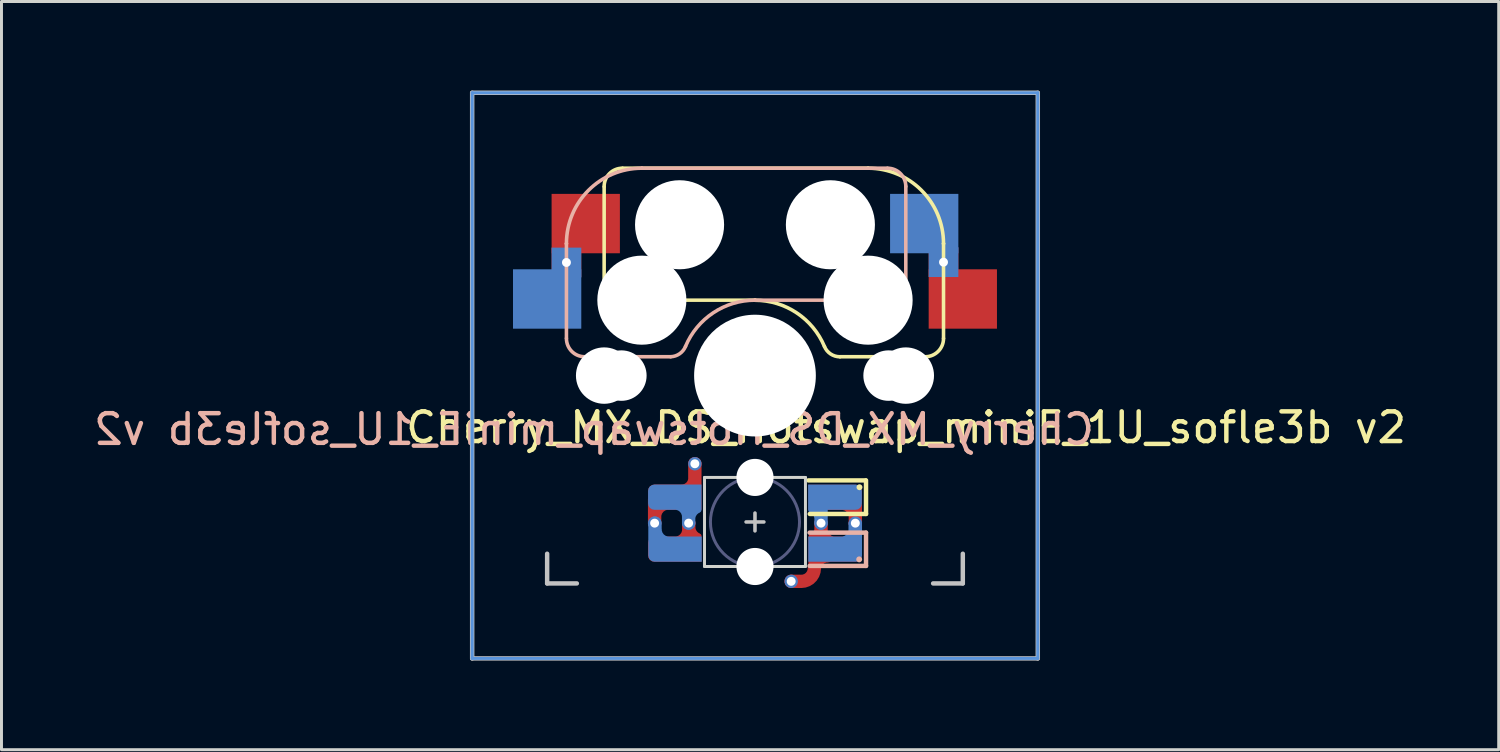
<source format=kicad_pcb>
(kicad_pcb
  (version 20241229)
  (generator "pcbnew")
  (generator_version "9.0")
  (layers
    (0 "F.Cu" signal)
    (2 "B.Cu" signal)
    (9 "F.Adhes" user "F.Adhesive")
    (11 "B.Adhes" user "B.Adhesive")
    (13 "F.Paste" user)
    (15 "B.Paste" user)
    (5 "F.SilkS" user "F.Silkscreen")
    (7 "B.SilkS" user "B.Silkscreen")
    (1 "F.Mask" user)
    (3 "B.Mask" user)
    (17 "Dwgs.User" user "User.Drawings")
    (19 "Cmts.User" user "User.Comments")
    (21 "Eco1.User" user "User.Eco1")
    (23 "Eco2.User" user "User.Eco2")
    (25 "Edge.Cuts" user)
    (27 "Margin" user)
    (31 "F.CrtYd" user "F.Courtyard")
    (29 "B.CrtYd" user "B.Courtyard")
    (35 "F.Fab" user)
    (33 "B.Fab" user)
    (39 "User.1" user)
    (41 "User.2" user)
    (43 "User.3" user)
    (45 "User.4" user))
  (footprint "Cherry_MX_DS_Hotswap_miniE_1U_sofle3b v2"
    (layer "F.Cu")
    (at 22.378 9.6)
    (property "Reference" "Cherry_MX_DS_Hotswap_miniE_1U_sofle3b v2" (at -5.42 1.81 0) (layer "B.SilkS") (effects (font (size 1 1) (thickness 0.15)) (justify mirror)))
    (attr through_hole)
    (fp_line (start -5.08 -6.36) (end -5.08 -2.54) (stroke (width 0.12) (type solid)) (layer "F.SilkS"))
    (fp_line (start -5.08 -2.54) (end -5.08 -2.54) (stroke (width 0.12) (type solid)) (layer "F.SilkS"))
    (fp_line (start -5.08 -2.54) (end -5.08 -2.54) (stroke (width 0.12) (type solid)) (layer "F.SilkS"))
    (fp_line (start -4.46 -6.985) (end 3.81 -6.985) (stroke (width 0.12) (type solid)) (layer "F.SilkS"))
    (fp_line (start 0 -2.54) (end -5.08 -2.54) (stroke (width 0.12) (type solid)) (layer "F.SilkS"))
    (fp_line (start 0 -2.54) (end 0 -2.54) (stroke (width 0.12) (type solid)) (layer "F.SilkS"))
    (fp_line (start 1.8 3.53) (end 3.724 3.53) (stroke (width 0.15) (type solid)) (layer "F.SilkS"))
    (fp_line (start 2.86 -0.635) (end 5.72 -0.635) (stroke (width 0.12) (type solid)) (layer "F.SilkS"))
    (fp_line (start 3.74 3.53) (end 3.74 4.66) (stroke (width 0.15) (type solid)) (layer "F.SilkS"))
    (fp_line (start 3.74 4.66) (end 1.846 4.66) (stroke (width 0.15) (type solid)) (layer "F.SilkS"))
    (fp_line (start 3.81 -6.985) (end 3.81 -6.985) (stroke (width 0.12) (type solid)) (layer "F.SilkS"))
    (fp_line (start 6.35 -4.445) (end 6.35 -4.445) (stroke (width 0.12) (type solid)) (layer "F.SilkS"))
    (fp_line (start 6.35 -1.25) (end 6.35 -4.445) (stroke (width 0.12) (type solid)) (layer "F.SilkS"))
    (fp_arc (start -5.08 -6.37) (mid -4.899871 -6.804871) (end -4.465 -6.985) (stroke (width 0.12) (type default)) (layer "F.SilkS"))
    (fp_arc (start 0 -2.536928) (mid 1.405313 -2.11213) (end 2.34 -0.98) (stroke (width 0.12) (type solid)) (layer "F.SilkS"))
    (fp_arc (start 2.859999 -0.633863) (mid 2.547381 -0.727883) (end 2.34 -0.98) (stroke (width 0.12) (type default)) (layer "F.SilkS"))
    (fp_arc (start 3.81 -6.985) (mid 5.606051 -6.241051) (end 6.35 -4.445) (stroke (width 0.12) (type solid)) (layer "F.SilkS"))
    (fp_arc (start 6.350129 -1.25) (mid 6.169985 -0.815144) (end 5.735129 -0.635) (stroke (width 0.12) (type default)) (layer "F.SilkS"))
    (fp_circle (center 3.52 3.76) (end 3.62 3.76) (stroke (width 0) (type solid)) (fill yes) (layer "F.SilkS"))
    (fp_line (start -6.35 -4.445) (end -6.35 -4.445) (stroke (width 0.12) (type solid)) (layer "B.SilkS"))
    (fp_line (start -6.35 -4.445) (end -6.35 -1.26) (stroke (width 0.12) (type solid)) (layer "B.SilkS"))
    (fp_line (start -5.73 -0.635) (end -2.84 -0.635) (stroke (width 0.12) (type solid)) (layer "B.SilkS"))
    (fp_line (start -3.81 -6.985) (end -3.81 -6.985) (stroke (width 0.12) (type solid)) (layer "B.SilkS"))
    (fp_line (start -3.81 -6.985) (end 4.46 -6.985) (stroke (width 0.12) (type solid)) (layer "B.SilkS"))
    (fp_line (start 0 -2.54) (end 0 -2.54) (stroke (width 0.12) (type solid)) (layer "B.SilkS"))
    (fp_line (start 0 -2.54) (end 5.08 -2.54) (stroke (width 0.12) (type solid)) (layer "B.SilkS"))
    (fp_line (start 3.74 5.29) (end 1.84 5.29) (stroke (width 0.15) (type solid)) (layer "B.SilkS"))
    (fp_line (start 3.74 5.29) (end 3.74 6.41) (stroke (width 0.15) (type solid)) (layer "B.SilkS"))
    (fp_line (start 3.74 6.41) (end 1.84 6.41) (stroke (width 0.15) (type solid)) (layer "B.SilkS"))
    (fp_line (start 5.08 -6.37) (end 5.08 -2.54) (stroke (width 0.12) (type solid)) (layer "B.SilkS"))
    (fp_line (start 5.08 -2.54) (end 5.08 -2.54) (stroke (width 0.12) (type solid)) (layer "B.SilkS"))
    (fp_line (start 5.08 -2.54) (end 5.08 -2.54) (stroke (width 0.12) (type solid)) (layer "B.SilkS"))
    (fp_arc (start -6.35 -4.445) (mid -5.606051 -6.241051) (end -3.81 -6.985) (stroke (width 0.12) (type solid)) (layer "B.SilkS"))
    (fp_arc (start -5.735 -0.635) (mid -6.169871 -0.815129) (end -6.35 -1.25) (stroke (width 0.12) (type default)) (layer "B.SilkS"))
    (fp_arc (start -2.34 -0.983072) (mid -1.405313 -2.115202) (end 0 -2.54) (stroke (width 0.12) (type solid)) (layer "B.SilkS"))
    (fp_arc (start -2.34 -0.980845) (mid -2.539137 -0.734326) (end -2.840072 -0.635) (stroke (width 0.12) (type default)) (layer "B.SilkS"))
    (fp_arc (start 4.465129 -6.985) (mid 4.899999 -6.80487) (end 5.080129 -6.37) (stroke (width 0.12) (type default)) (layer "B.SilkS"))
    (fp_circle (center 3.51 6.19) (end 3.41 6.19) (stroke (width 0) (type solid)) (fill yes) (layer "B.SilkS"))
    (fp_line (start -9.525 -9.525) (end 9.525 -9.525) (stroke (width 0.15) (type solid)) (layer "Dwgs.User"))
    (fp_line (start -9.525 9.525) (end -9.525 -9.525) (stroke (width 0.15) (type solid)) (layer "Dwgs.User"))
    (fp_line (start -7 6) (end -7 7) (stroke (width 0.15) (type solid)) (layer "Dwgs.User"))
    (fp_line (start -7 7) (end -6 7) (stroke (width 0.15) (type solid)) (layer "Dwgs.User"))
    (fp_line (start -0.3 4.93) (end 0.3 4.93) (stroke (width 0.12) (type solid)) (layer "Dwgs.User"))
    (fp_line (start 0 4.63) (end 0 5.23) (stroke (width 0.12) (type solid)) (layer "Dwgs.User"))
    (fp_line (start 6 7) (end 7 7) (stroke (width 0.15) (type solid)) (layer "Dwgs.User"))
    (fp_line (start 7 7) (end 7 6) (stroke (width 0.15) (type solid)) (layer "Dwgs.User"))
    (fp_line (start 9.525 -9.525) (end 9.525 9.525) (stroke (width 0.15) (type solid)) (layer "Dwgs.User"))
    (fp_line (start 9.525 9.525) (end -9.525 9.525) (stroke (width 0.15) (type solid)) (layer "Dwgs.User"))
    (fp_line (start -9.525 -9.525) (end -9.525 9.525) (stroke (width 0.1) (type solid)) (layer "Cmts.User"))
    (fp_line (start 9.525 -9.525) (end -9.525 -9.525) (stroke (width 0.1) (type solid)) (layer "Cmts.User"))
    (fp_line (start 9.525 -9.525) (end 9.525 9.525) (stroke (width 0.1) (type solid)) (layer "Cmts.User"))
    (fp_line (start 9.525 9.525) (end -9.525 9.525) (stroke (width 0.1) (type solid)) (layer "Cmts.User"))
    (fp_line (start -1.7 6.43) (end -1.7 3.43) (stroke (width 0.1) (type solid)) (layer "Edge.Cuts"))
    (fp_line (start 1.7 3.43) (end -1.7 3.43) (stroke (width 0.1) (type solid)) (layer "Edge.Cuts"))
    (fp_line (start 1.7 3.43) (end 1.7 6.43) (stroke (width 0.1) (type solid)) (layer "Edge.Cuts"))
    (fp_line (start 1.7 6.43) (end -1.7 6.43) (stroke (width 0.1) (type solid)) (layer "Edge.Cuts"))
    (fp_circle (center 0 4.93) (end 0 6.43) (stroke (width 0.1) (type solid)) (fill no) (layer "B.Fab"))
    (fp_rect (start 7 -7) (end -7 7) (stroke (width 0.12) (type default)) (fill no) (layer "User.4"))
    (fp_text user "${REFERENCE}" (at 5.09 1.75 0) (layer "F.SilkS") (effects (font (size 1 1) (thickness 0.15))))
    (pad "" np_thru_hole circle (at -5.08 0) (size 1.9 1.9) (drill 1.9) (layers "*.Cu" "*.Mask"))
    (pad "" np_thru_hole circle (at -4.5 0) (size 1.7 1.7) (drill 1.7) (layers "*.Cu" "*.Mask"))
    (pad "" np_thru_hole circle (at -3.81 -2.54 180) (size 3 3) (drill 3) (layers "*.Cu" "*.Mask"))
    (pad "" smd roundrect (at -2.69 5.845 180) (size 1.82 0.85) (layers "F.Mask") (roundrect_rratio 0.25) (chamfer_ratio 0) (chamfer top_left bottom_left))
    (pad "" smd roundrect (at -2.69 4.095) (size 1.82 0.85) (layers "B.Mask") (roundrect_rratio 0.25) (chamfer_ratio 0) (chamfer top_right bottom_right))
    (pad "" smd roundrect (at -2.69 4.095 180) (size 1.82 0.84) (layers "F.Mask") (roundrect_rratio 0.25) (chamfer_ratio 0) (chamfer top_left bottom_left))
    (pad "" smd roundrect (at -2.685 5.855) (size 1.83 0.85) (layers "B.Mask") (roundrect_rratio 0.25) (chamfer_ratio 0) (chamfer top_right bottom_right))
    (pad "" np_thru_hole circle (at -2.54 -5.08 180) (size 3 3) (drill 3) (layers "*.Cu" "*.Mask"))
    (pad "" np_thru_hole circle (at 0 0 90) (size 4.1 4.1) (drill 4.1) (layers "*.Cu" "*.Mask"))
    (pad "" np_thru_hole circle (at 0 3.43) (size 1.25 1.25) (drill 1.25) (layers "*.Cu" "*.Mask"))
    (pad "" np_thru_hole circle (at 0 6.43) (size 1.25 1.25) (drill 1.25) (layers "*.Cu" "*.Mask"))
    (pad "" smd rect (at 2.47 5.85 180) (size 1.38 0.84) (layers "B.Mask"))
    (pad "" smd rect (at 2.47 4.09) (size 1.38 0.84) (layers "F.Mask"))
    (pad "" np_thru_hole circle (at 2.54 -5.08 180) (size 3 3) (drill 3) (layers "*.Cu" "*.Mask"))
    (pad "" smd roundrect (at 2.685 4.095 180) (size 1.83 0.85) (layers "B.Mask") (roundrect_rratio 0.25) (chamfer_ratio 0) (chamfer top_right bottom_right))
    (pad "" smd roundrect (at 2.69 5.84) (size 1.82 0.84) (layers "F.Mask") (roundrect_rratio 0.25) (chamfer_ratio 0) (chamfer top_left bottom_left))
    (pad "" smd roundrect (at 2.855 5.85 180) (size 1.49 0.84) (layers "B.Mask") (roundrect_rratio 0.25) (chamfer_ratio 0.5) (chamfer top_left))
    (pad "" smd roundrect (at 2.855 4.09) (size 1.49 0.84) (layers "F.Mask") (roundrect_rratio 0.25) (chamfer_ratio 0.5) (chamfer top_right))
    (pad "" np_thru_hole circle (at 3.81 -2.54 180) (size 3 3) (drill 3) (layers "*.Cu" "*.Mask"))
    (pad "" np_thru_hole circle (at 4.5 0) (size 1.7 1.7) (drill 1.7) (layers "*.Cu" "*.Mask"))
    (pad "" np_thru_hole circle (at 5.08 0) (size 1.9 1.9) (drill 1.9) (layers "*.Cu" "*.Mask"))
    (pad "1" smd custom (at -2.7 4.095 180) (size 0.85 0.85) (layers "B.Cu") (options (anchor circle)) (primitives (gr_arc (start 0 -0.225) (mid -0.311126 -0.353874) (end -0.44 -0.665) (width 0.4)) (gr_arc (start -0.588284 -0.744999) (mid -0.645593 -0.555573) (end -0.798298 -0.429684) (width 0.2)) (gr_line (start -0.466 -0.184) (end -0.466 -0.874) (width 0.45)) (gr_poly (pts (xy 0.9 -0.212) (xy 0.884 -0.294) (xy 0.838 -0.363) (xy 0.769 -0.409) (xy 0.688 -0.425) (xy -0.9 -0.425) (xy -0.9 0.425) (xy 0.688 0.425) (xy 0.769 0.409) (xy 0.838 0.363) (xy 0.884 0.294) (xy 0.9 0.212)) (width 0) (fill yes))))
    (pad "1" smd custom (at -2.7 5.845 180) (size 0.85 0.85) (layers "F.Cu") (options (anchor circle)) (primitives (gr_poly (pts (xy 0.9 -0.212) (xy 0.884 -0.294) (xy 0.838 -0.363) (xy 0.769 -0.409) (xy 0.688 -0.425) (xy -0.9 -0.425) (xy -0.9 0.425) (xy 0.688 0.425) (xy 0.769 0.409) (xy 0.838 0.363) (xy 0.884 0.294) (xy 0.9 0.212)) (width 0) (fill yes)) (gr_arc (start -0.445 0.665) (mid -0.316126 0.353874) (end -0.005 0.225) (width 0.4)) (gr_arc (start -0.802705 0.435002) (mid -0.650002 0.56089) (end -0.592691 0.750315) (width 0.2)) (gr_line (start -0.47 0.275) (end -0.47 0.875) (width 0.45))))
    (pad "1" thru_hole circle (at -2.234 4.969) (size 0.45 0.45) (drill 0.3) (layers "*.Cu"))
    (pad "2" thru_hole circle (at -3.38 4.97) (size 0.45 0.45) (drill 0.3) (layers "*.Cu"))
    (pad "2" smd custom (at -2.7 4.095) (size 0.85 0.85) (layers "F.Cu") (options (anchor circle)) (primitives (gr_poly (pts (xy 0.9 -0.425) (xy -0.688 -0.425) (xy -0.769 -0.409) (xy -0.838 -0.363) (xy -0.884 -0.294) (xy -0.9 -0.212) (xy -0.9 0.212) (xy -0.884 0.294) (xy -0.838 0.363) (xy -0.769 0.409) (xy -0.688 0.425) (xy 0.9 0.425)) (width 0) (fill yes)) (gr_line (start 0.675 -0.225) (end 0.675 -1.125) (width 0.45)) (gr_arc (start 0.675 -0.645) (mid 0.546126 -0.333874) (end 0.235 -0.205) (width 0.45)) (gr_line (start -0.68 0.075) (end -0.68 0.875) (width 0.45)) (gr_arc (start -0.655 0.665) (mid -0.526126 0.353874) (end -0.215 0.225) (width 0.4))))
    (pad "2" smd custom (at -2.693 5.845) (size 0.85 0.85) (layers "B.Cu") (options (anchor circle)) (primitives (gr_arc (start -0.205874 -0.226126) (mid -0.517 -0.355) (end -0.645874 -0.666126) (width 0.4)) (gr_line (start -0.675 -0.135) (end -0.675 -0.875) (width 0.45)) (gr_poly (pts (xy 0.9 -0.425) (xy -0.9 -0.425) (xy -0.9 0.212) (xy -0.884 0.294) (xy -0.838 0.363) (xy -0.769 0.409) (xy -0.688 0.425) (xy 0.9 0.425)) (width 0) (fill yes))))
    (pad "2" thru_hole circle (at -2.025 2.97) (size 0.45 0.45) (drill 0.3) (layers "*.Cu"))
    (pad "3" smd custom (at 2.7 4.1) (size 0.85 0.85) (layers "F.Cu") (options (anchor circle)) (primitives (gr_arc (start 0.215 0.225) (mid 0.526126 0.353874) (end 0.655 0.665) (width 0.4)) (gr_line (start 0.68 0.875) (end 0.68 0.275) (width 0.45)) (gr_poly (pts (xy -0.9 -0.425) (xy 0.688 -0.425) (xy 0.769 -0.409) (xy 0.838 -0.363) (xy 0.884 -0.294) (xy 0.9 -0.212) (xy 0.9 0.212) (xy 0.884 0.294) (xy 0.838 0.363) (xy 0.769 0.409) (xy 0.688 0.425) (xy -0.9 0.425)) (width 0) (fill yes))))
    (pad "3" smd custom (at 2.705 5.845) (size 0.85 0.85) (layers "B.Cu") (options (anchor circle)) (primitives (gr_arc (start 0.645 -0.665) (mid 0.516126 -0.353874) (end 0.205 -0.225) (width 0.4)) (gr_poly (pts (xy 0.494 -0.354) (xy 0.85 -0.354) (xy 0.85 -0.887) (xy 0.494 -0.887)) (width 0.1) (fill yes)) (gr_poly (pts (xy 0.9 -0.425) (xy -0.91 -0.425) (xy -0.91 0.425) (xy 0.688 0.425) (xy 0.769 0.409) (xy 0.838 0.363) (xy 0.884 0.294) (xy 0.9 0.212)) (width 0) (fill yes))))
    (pad "3" thru_hole circle (at 3.38 4.97) (size 0.45 0.45) (drill 0.3) (layers "*.Cu"))
    (pad "4" thru_hole circle (at 1.22 6.93 180) (size 0.45 0.45) (drill 0.3) (layers "*.Cu"))
    (pad "4" thru_hole circle (at 2.225 4.97) (size 0.45 0.45) (drill 0.3) (layers "*.Cu"))
    (pad "4" smd custom (at 2.7 4.095 180) (size 0.85 0.85) (layers "B.Cu") (options (anchor circle)) (primitives (gr_line (start 0.475 -0.235) (end 0.475 -0.875) (width 0.45)) (gr_arc (start 0.81 -0.425001) (mid 0.657302 -0.550891) (end 0.600001 -0.740315) (width 0.2)) (gr_poly (pts (xy 0.91 -0.425) (xy -0.688 -0.425) (xy -0.769 -0.409) (xy -0.838 -0.363) (xy -0.884 -0.294) (xy -0.9 -0.212) (xy -0.9 0.212) (xy -0.884 0.294) (xy -0.838 0.363) (xy -0.769 0.409) (xy -0.688 0.425) (xy 0.91 0.425)) (width 0) (fill yes))))
    (pad "4" smd custom (at 2.7 5.845 180) (size 0.85 0.85) (layers "F.Cu") (options (anchor circle)) (primitives (gr_poly (pts (xy 0.9 -0.425) (xy -0.688 -0.425) (xy -0.769 -0.409) (xy -0.838 -0.363) (xy -0.884 -0.294) (xy -0.9 -0.212) (xy -0.9 0.212) (xy -0.884 0.294) (xy -0.838 0.363) (xy -0.769 0.409) (xy -0.688 0.425) (xy 0.9 0.425)) (width 0) (fill yes)) (gr_arc (start 0.01 0.225) (mid 0.321126 0.353874) (end 0.45 0.665) (width 0.4)) (gr_arc (start 0.589986 0.730315) (mid 0.647297 0.540891) (end 0.800002 0.415004) (width 0.2)) (gr_line (start 0.475 0.275) (end 0.475 0.875) (width 0.45)) (gr_arc (start 0.7 -0.645) (mid 0.828874 -0.956126) (end 1.14 -1.085) (width 0.45)) (gr_line (start 1.48 -1.085) (end 1.18 -1.085) (width 0.45)) (gr_line (start 0.7 -0.165) (end 0.7 -0.645) (width 0.4)) (gr_arc (start 0.7 -0.666126) (mid 0.571126 -0.355) (end 0.26 -0.226126) (width 0.45))))
    (pad "5" smd rect (at 5.7 -5.12 180) (size 2.3 2) (layers "B.Cu" "B.Mask" "B.Paste"))
    (pad "5" thru_hole rect (at 6.35 -3.82) (size 1 1) (drill 0.3) (layers "*.Cu"))
    (pad "5" smd rect (at 7 -2.58 180) (size 2.3 2) (layers "F.Cu" "F.Mask" "F.Paste"))
    (pad "6" smd rect (at -7 -2.58 180) (size 2.3 2) (layers "B.Cu" "B.Mask" "B.Paste"))
    (pad "6" thru_hole rect (at -6.35 -3.81) (size 1 1) (drill 0.3) (layers "*.Cu"))
    (pad "6" smd rect (at -5.7 -5.12 180) (size 2.3 2) (layers "F.Cu" "F.Mask" "F.Paste")))
  (gr_rect
    (start -3 -3)
    (end 47.427 22.2)
    (stroke (width 0.1) (type default))
    (fill no)
    (layer "Edge.Cuts")))
</source>
